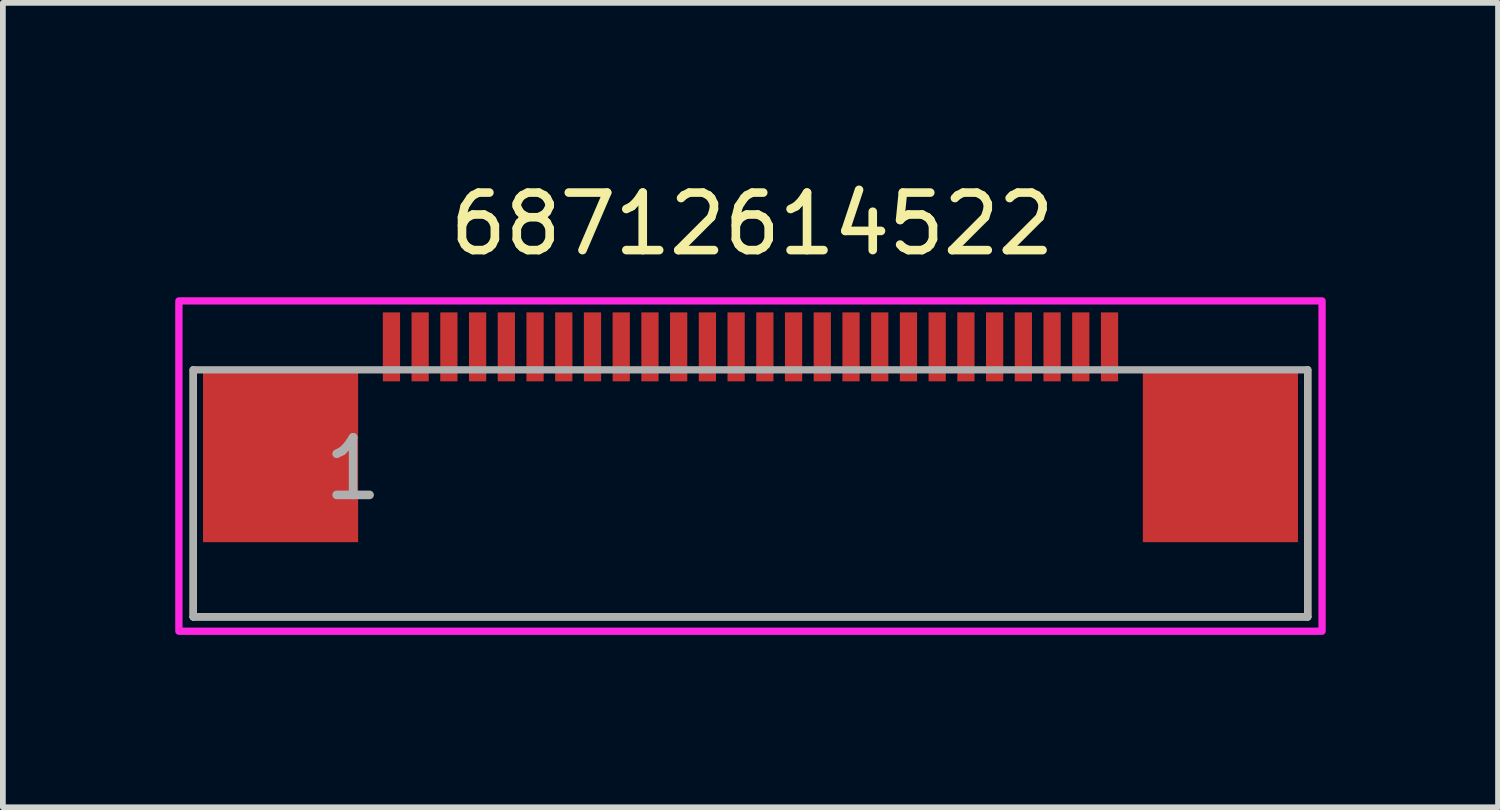
<source format=kicad_pcb>
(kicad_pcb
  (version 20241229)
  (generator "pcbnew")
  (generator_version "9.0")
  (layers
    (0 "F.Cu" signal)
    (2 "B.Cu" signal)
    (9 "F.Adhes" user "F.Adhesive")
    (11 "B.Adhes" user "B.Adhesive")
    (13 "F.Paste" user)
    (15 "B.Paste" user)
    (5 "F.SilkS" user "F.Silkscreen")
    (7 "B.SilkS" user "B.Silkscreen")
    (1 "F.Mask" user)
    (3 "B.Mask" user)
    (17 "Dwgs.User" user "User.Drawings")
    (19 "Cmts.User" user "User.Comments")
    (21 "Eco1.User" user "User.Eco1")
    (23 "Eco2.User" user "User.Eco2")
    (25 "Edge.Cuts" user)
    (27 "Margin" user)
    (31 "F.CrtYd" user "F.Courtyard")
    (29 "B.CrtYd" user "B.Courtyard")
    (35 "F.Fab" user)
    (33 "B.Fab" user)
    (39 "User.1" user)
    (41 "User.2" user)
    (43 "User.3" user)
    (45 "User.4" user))
  (footprint "68712614522"
    (layer "F.Cu")
    (at 10.014 4.888)
    (property "Reference" "68712614522" (at 0.031 -4.04 0) (layer "F.SilkS") (effects (font (size 1.001 1.001) (thickness 0.15))))
    (attr smd)
    (fp_line (start -9.7 -1.5) (end -9.7 2.8) (stroke (width 0.127) (type solid)) (layer "F.SilkS"))
    (fp_line (start -9.7 2.8) (end 9.7 2.8) (stroke (width 0.127) (type solid)) (layer "F.SilkS"))
    (fp_line (start 9.7 2.8) (end 9.7 -1.5) (stroke (width 0.127) (type solid)) (layer "F.SilkS"))
    (fp_poly (pts (xy -9.95 -2.7) (xy 9.95 -2.7) (xy 9.95 3.05) (xy -9.95 3.05)) (stroke (width 0.127) (type solid)) (fill no) (layer "F.CrtYd"))
    (fp_line (start -9.7 -1.5) (end 9.7 -1.5) (stroke (width 0.127) (type solid)) (layer "F.Fab"))
    (fp_line (start -9.7 2.8) (end -9.7 -1.5) (stroke (width 0.127) (type solid)) (layer "F.Fab"))
    (fp_line (start -9.7 2.8) (end 9.7 2.8) (stroke (width 0.127) (type solid)) (layer "F.Fab"))
    (fp_line (start 9.7 -1.5) (end 9.7 2.8) (stroke (width 0.127) (type solid)) (layer "F.Fab"))
    (fp_text user "1" (at -6.917 0.221 0) (layer "F.Fab") (effects (font (size 1.002 1.002) (thickness 0.15))))
    (pad "1" smd rect (at -6.25 -1.9) (size 0.3 1.2) (layers "F.Cu" "F.Mask" "F.Paste"))
    (pad "2" smd rect (at -5.75 -1.9) (size 0.3 1.2) (layers "F.Cu" "F.Mask" "F.Paste"))
    (pad "3" smd rect (at -5.25 -1.9) (size 0.3 1.2) (layers "F.Cu" "F.Mask" "F.Paste"))
    (pad "4" smd rect (at -4.75 -1.9) (size 0.3 1.2) (layers "F.Cu" "F.Mask" "F.Paste"))
    (pad "5" smd rect (at -4.25 -1.9) (size 0.3 1.2) (layers "F.Cu" "F.Mask" "F.Paste"))
    (pad "6" smd rect (at -3.75 -1.9) (size 0.3 1.2) (layers "F.Cu" "F.Mask" "F.Paste"))
    (pad "7" smd rect (at -3.25 -1.9) (size 0.3 1.2) (layers "F.Cu" "F.Mask" "F.Paste"))
    (pad "8" smd rect (at -2.75 -1.9) (size 0.3 1.2) (layers "F.Cu" "F.Mask" "F.Paste"))
    (pad "9" smd rect (at -2.25 -1.9) (size 0.3 1.2) (layers "F.Cu" "F.Mask" "F.Paste"))
    (pad "10" smd rect (at -1.75 -1.9) (size 0.3 1.2) (layers "F.Cu" "F.Mask" "F.Paste"))
    (pad "11" smd rect (at -1.25 -1.9) (size 0.3 1.2) (layers "F.Cu" "F.Mask" "F.Paste"))
    (pad "12" smd rect (at -0.75 -1.9) (size 0.3 1.2) (layers "F.Cu" "F.Mask" "F.Paste"))
    (pad "13" smd rect (at -0.25 -1.9) (size 0.3 1.2) (layers "F.Cu" "F.Mask" "F.Paste"))
    (pad "14" smd rect (at 0.25 -1.9) (size 0.3 1.2) (layers "F.Cu" "F.Mask" "F.Paste"))
    (pad "15" smd rect (at 0.75 -1.9) (size 0.3 1.2) (layers "F.Cu" "F.Mask" "F.Paste"))
    (pad "16" smd rect (at 1.25 -1.9) (size 0.3 1.2) (layers "F.Cu" "F.Mask" "F.Paste"))
    (pad "17" smd rect (at 1.75 -1.9) (size 0.3 1.2) (layers "F.Cu" "F.Mask" "F.Paste"))
    (pad "18" smd rect (at 2.25 -1.9) (size 0.3 1.2) (layers "F.Cu" "F.Mask" "F.Paste"))
    (pad "19" smd rect (at 2.75 -1.9) (size 0.3 1.2) (layers "F.Cu" "F.Mask" "F.Paste"))
    (pad "20" smd rect (at 3.25 -1.9) (size 0.3 1.2) (layers "F.Cu" "F.Mask" "F.Paste"))
    (pad "21" smd rect (at 3.75 -1.9) (size 0.3 1.2) (layers "F.Cu" "F.Mask" "F.Paste"))
    (pad "22" smd rect (at 4.25 -1.9) (size 0.3 1.2) (layers "F.Cu" "F.Mask" "F.Paste"))
    (pad "23" smd rect (at 4.75 -1.9) (size 0.3 1.2) (layers "F.Cu" "F.Mask" "F.Paste"))
    (pad "24" smd rect (at 5.25 -1.9) (size 0.3 1.2) (layers "F.Cu" "F.Mask" "F.Paste"))
    (pad "25" smd rect (at 5.75 -1.9) (size 0.3 1.2) (layers "F.Cu" "F.Mask" "F.Paste"))
    (pad "26" smd rect (at 6.25 -1.9) (size 0.3 1.2) (layers "F.Cu" "F.Mask" "F.Paste"))
    (pad "Z1" smd rect (at -8.18 0) (size 2.7 3) (layers "F.Cu" "F.Mask" "F.Paste"))
    (pad "Z2" smd rect (at 8.18 0) (size 2.7 3) (layers "F.Cu" "F.Mask" "F.Paste")))
  (gr_rect
    (start -3 -3)
    (end 23.027 11.002)
    (stroke (width 0.1) (type default))
    (fill no)
    (layer "Edge.Cuts")))
</source>
